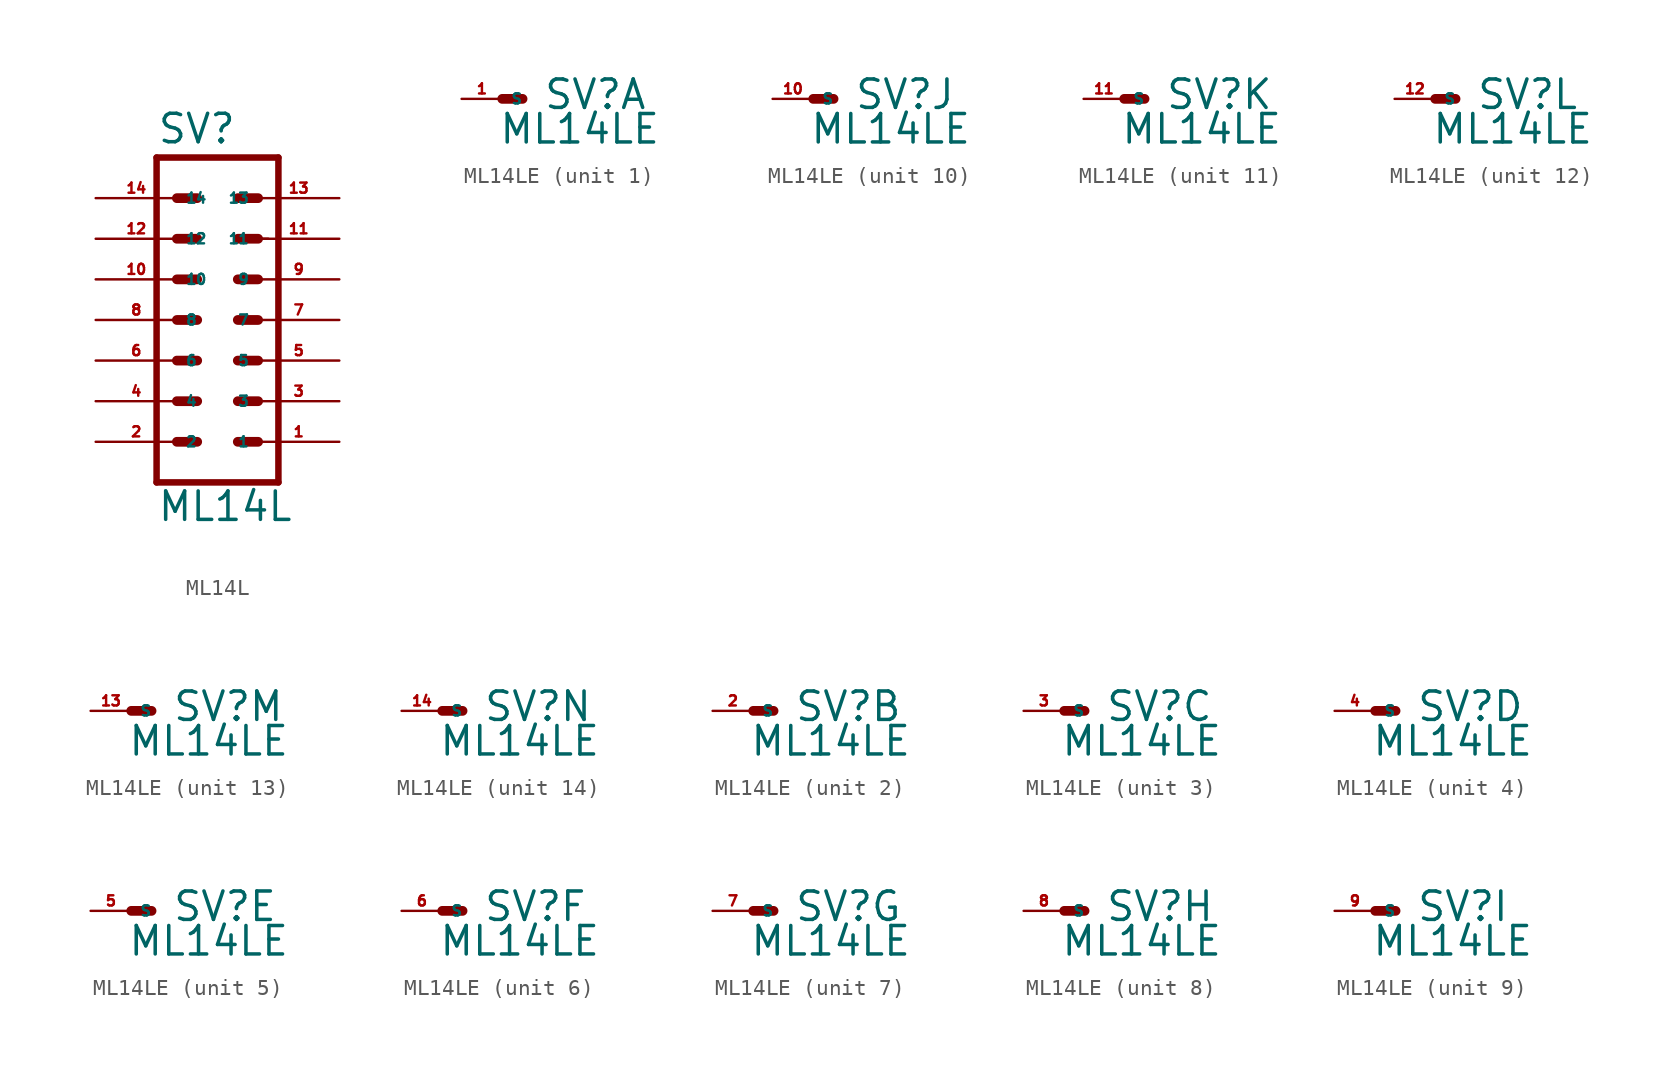
<source format=kicad_sym>
(kicad_symbol_lib
  (version 20220914)
  (generator Eagle2Kicad)
  (symbol "ML14L"
    (property "Reference" "SV"
      (at -3.81 10.922 0)
      (effects (font (size 1.778 1.778) (thickness 0.22)) (justify left bottom)))
    (property "Value" "ML14L"
      (at -3.81 -12.7 0)
      (effects (font (size 1.778 1.778) (thickness 0.22)) (justify left bottom)))
    (polyline
      (pts (xy 3.81 -10.16) (xy -3.81 -10.16))
      (stroke (width 0.406) (type default))
      (fill (type none)))
    (polyline
      (pts (xy -3.81 10.16) (xy -3.81 -10.16))
      (stroke (width 0.406) (type default))
      (fill (type none)))
    (polyline
      (pts (xy -3.81 10.16) (xy 3.81 10.16))
      (stroke (width 0.406) (type default))
      (fill (type none)))
    (polyline
      (pts (xy 3.81 -10.16) (xy 3.81 10.16))
      (stroke (width 0.406) (type default))
      (fill (type none)))
    (polyline
      (pts (xy 2.54 5.08) (xy 3.175 5.08))
      (stroke (width 0.152) (type default))
      (fill (type none)))
    (polyline
      (pts (xy 1.27 2.54) (xy 2.54 2.54))
      (stroke (width 0.61) (type default))
      (fill (type none)))
    (polyline
      (pts (xy 1.27 0) (xy 2.54 0))
      (stroke (width 0.61) (type default))
      (fill (type none)))
    (polyline
      (pts (xy 1.27 -2.54) (xy 2.54 -2.54))
      (stroke (width 0.61) (type default))
      (fill (type none)))
    (polyline
      (pts (xy 1.27 -5.08) (xy 2.54 -5.08))
      (stroke (width 0.61) (type default))
      (fill (type none)))
    (polyline
      (pts (xy 1.27 -7.62) (xy 2.54 -7.62))
      (stroke (width 0.61) (type default))
      (fill (type none)))
    (polyline
      (pts (xy -2.54 2.54) (xy -1.27 2.54))
      (stroke (width 0.61) (type default))
      (fill (type none)))
    (polyline
      (pts (xy -2.54 0) (xy -1.27 0))
      (stroke (width 0.61) (type default))
      (fill (type none)))
    (polyline
      (pts (xy -2.54 -2.54) (xy -1.27 -2.54))
      (stroke (width 0.61) (type default))
      (fill (type none)))
    (polyline
      (pts (xy -2.54 -5.08) (xy -1.27 -5.08))
      (stroke (width 0.61) (type default))
      (fill (type none)))
    (polyline
      (pts (xy -2.54 -7.62) (xy -1.27 -7.62))
      (stroke (width 0.61) (type default))
      (fill (type none)))
    (polyline
      (pts (xy 1.27 5.08) (xy 2.54 5.08))
      (stroke (width 0.61) (type default))
      (fill (type none)))
    (polyline
      (pts (xy 1.27 7.62) (xy 2.54 7.62))
      (stroke (width 0.61) (type default))
      (fill (type none)))
    (polyline
      (pts (xy -2.54 5.08) (xy -1.27 5.08))
      (stroke (width 0.61) (type default))
      (fill (type none)))
    (polyline
      (pts (xy -2.54 7.62) (xy -1.27 7.62))
      (stroke (width 0.61) (type default))
      (fill (type none)))
    (pin passive line
      (at 7.62 -7.62 180)
      (length 5.08)
      (name "1" (effects (font (size 0.635 0.635) (thickness 0.08)) (justify left bottom)))
      (number "1" (effects (font (size 0.635 0.635) (thickness 0.08)) (justify left bottom))))
    (pin passive line
      (at 7.62 -5.08 180)
      (length 5.08)
      (name "3" (effects (font (size 0.635 0.635) (thickness 0.08)) (justify left bottom)))
      (number "3" (effects (font (size 0.635 0.635) (thickness 0.08)) (justify left bottom))))
    (pin passive line
      (at 7.62 -2.54 180)
      (length 5.08)
      (name "5" (effects (font (size 0.635 0.635) (thickness 0.08)) (justify left bottom)))
      (number "5" (effects (font (size 0.635 0.635) (thickness 0.08)) (justify left bottom))))
    (pin passive line
      (at 7.62 0 180)
      (length 5.08)
      (name "7" (effects (font (size 0.635 0.635) (thickness 0.08)) (justify left bottom)))
      (number "7" (effects (font (size 0.635 0.635) (thickness 0.08)) (justify left bottom))))
    (pin passive line
      (at 7.62 2.54 180)
      (length 5.08)
      (name "9" (effects (font (size 0.635 0.635) (thickness 0.08)) (justify left bottom)))
      (number "9" (effects (font (size 0.635 0.635) (thickness 0.08)) (justify left bottom))))
    (pin passive line
      (at 7.62 5.08 180)
      (length 5.08)
      (name "11" (effects (font (size 0.635 0.635) (thickness 0.08)) (justify left bottom)))
      (number "11" (effects (font (size 0.635 0.635) (thickness 0.08)) (justify left bottom))))
    (pin passive line
      (at 7.62 7.62 180)
      (length 5.08)
      (name "13" (effects (font (size 0.635 0.635) (thickness 0.08)) (justify left bottom)))
      (number "13" (effects (font (size 0.635 0.635) (thickness 0.08)) (justify left bottom))))
    (pin passive line
      (at -7.62 -7.62 0)
      (length 5.08)
      (name "2" (effects (font (size 0.635 0.635) (thickness 0.08)) (justify left bottom)))
      (number "2" (effects (font (size 0.635 0.635) (thickness 0.08)) (justify left bottom))))
    (pin passive line
      (at -7.62 -5.08 0)
      (length 5.08)
      (name "4" (effects (font (size 0.635 0.635) (thickness 0.08)) (justify left bottom)))
      (number "4" (effects (font (size 0.635 0.635) (thickness 0.08)) (justify left bottom))))
    (pin passive line
      (at -7.62 -2.54 0)
      (length 5.08)
      (name "6" (effects (font (size 0.635 0.635) (thickness 0.08)) (justify left bottom)))
      (number "6" (effects (font (size 0.635 0.635) (thickness 0.08)) (justify left bottom))))
    (pin passive line
      (at -7.62 5.08 0)
      (length 5.08)
      (name "12" (effects (font (size 0.635 0.635) (thickness 0.08)) (justify left bottom)))
      (number "12" (effects (font (size 0.635 0.635) (thickness 0.08)) (justify left bottom))))
    (pin passive line
      (at -7.62 7.62 0)
      (length 5.08)
      (name "14" (effects (font (size 0.635 0.635) (thickness 0.08)) (justify left bottom)))
      (number "14" (effects (font (size 0.635 0.635) (thickness 0.08)) (justify left bottom))))
    (pin passive line
      (at -7.62 0 0)
      (length 5.08)
      (name "8" (effects (font (size 0.635 0.635) (thickness 0.08)) (justify left bottom)))
      (number "8" (effects (font (size 0.635 0.635) (thickness 0.08)) (justify left bottom))))
    (pin passive line
      (at -7.62 2.54 0)
      (length 5.08)
      (name "10" (effects (font (size 0.635 0.635) (thickness 0.08)) (justify left bottom)))
      (number "10" (effects (font (size 0.635 0.635) (thickness 0.08)) (justify left bottom)))))
  (symbol "ML14LE"
    (property "Reference" "SV"
      (at 2.54 -0.762 0)
      (effects (font (size 1.778 1.778) (thickness 0.22)) (justify left bottom)))
    (property "Value" "ML14LE"
      (at -0.254 -2.921 0)
      (effects (font (size 1.778 1.778) (thickness 0.22)) (justify left bottom)))
    (symbol "ML14LE_1_0"
      (polyline (pts (xy 1.27 0) (xy 0 0)) (stroke (width 0.61) (type default)) (fill (type none)))
      (pin passive line (at -2.54 0 0) (length 2.54) (name "S" (effects (font (size 0.635 0.635) (thickness 0.08)) (justify left bottom))) (number "1" (effects (font (size 0.635 0.635) (thickness 0.08)) (justify left bottom)))))
    (symbol "ML14LE_2_0"
      (polyline (pts (xy 1.27 0) (xy 0 0)) (stroke (width 0.61) (type default)) (fill (type none)))
      (pin passive line (at -2.54 0 0) (length 2.54) (name "S" (effects (font (size 0.635 0.635) (thickness 0.08)) (justify left bottom))) (number "2" (effects (font (size 0.635 0.635) (thickness 0.08)) (justify left bottom)))))
    (symbol "ML14LE_3_0"
      (polyline (pts (xy 1.27 0) (xy 0 0)) (stroke (width 0.61) (type default)) (fill (type none)))
      (pin passive line (at -2.54 0 0) (length 2.54) (name "S" (effects (font (size 0.635 0.635) (thickness 0.08)) (justify left bottom))) (number "3" (effects (font (size 0.635 0.635) (thickness 0.08)) (justify left bottom)))))
    (symbol "ML14LE_4_0"
      (polyline (pts (xy 1.27 0) (xy 0 0)) (stroke (width 0.61) (type default)) (fill (type none)))
      (pin passive line (at -2.54 0 0) (length 2.54) (name "S" (effects (font (size 0.635 0.635) (thickness 0.08)) (justify left bottom))) (number "4" (effects (font (size 0.635 0.635) (thickness 0.08)) (justify left bottom)))))
    (symbol "ML14LE_5_0"
      (polyline (pts (xy 1.27 0) (xy 0 0)) (stroke (width 0.61) (type default)) (fill (type none)))
      (pin passive line (at -2.54 0 0) (length 2.54) (name "S" (effects (font (size 0.635 0.635) (thickness 0.08)) (justify left bottom))) (number "5" (effects (font (size 0.635 0.635) (thickness 0.08)) (justify left bottom)))))
    (symbol "ML14LE_6_0"
      (polyline (pts (xy 1.27 0) (xy 0 0)) (stroke (width 0.61) (type default)) (fill (type none)))
      (pin passive line (at -2.54 0 0) (length 2.54) (name "S" (effects (font (size 0.635 0.635) (thickness 0.08)) (justify left bottom))) (number "6" (effects (font (size 0.635 0.635) (thickness 0.08)) (justify left bottom)))))
    (symbol "ML14LE_7_0"
      (polyline (pts (xy 1.27 0) (xy 0 0)) (stroke (width 0.61) (type default)) (fill (type none)))
      (pin passive line (at -2.54 0 0) (length 2.54) (name "S" (effects (font (size 0.635 0.635) (thickness 0.08)) (justify left bottom))) (number "7" (effects (font (size 0.635 0.635) (thickness 0.08)) (justify left bottom)))))
    (symbol "ML14LE_8_0"
      (polyline (pts (xy 1.27 0) (xy 0 0)) (stroke (width 0.61) (type default)) (fill (type none)))
      (pin passive line (at -2.54 0 0) (length 2.54) (name "S" (effects (font (size 0.635 0.635) (thickness 0.08)) (justify left bottom))) (number "8" (effects (font (size 0.635 0.635) (thickness 0.08)) (justify left bottom)))))
    (symbol "ML14LE_9_0"
      (polyline (pts (xy 1.27 0) (xy 0 0)) (stroke (width 0.61) (type default)) (fill (type none)))
      (pin passive line (at -2.54 0 0) (length 2.54) (name "S" (effects (font (size 0.635 0.635) (thickness 0.08)) (justify left bottom))) (number "9" (effects (font (size 0.635 0.635) (thickness 0.08)) (justify left bottom)))))
    (symbol "ML14LE_10_0"
      (polyline (pts (xy 1.27 0) (xy 0 0)) (stroke (width 0.61) (type default)) (fill (type none)))
      (pin passive line (at -2.54 0 0) (length 2.54) (name "S" (effects (font (size 0.635 0.635) (thickness 0.08)) (justify left bottom))) (number "10" (effects (font (size 0.635 0.635) (thickness 0.08)) (justify left bottom)))))
    (symbol "ML14LE_11_0"
      (polyline (pts (xy 1.27 0) (xy 0 0)) (stroke (width 0.61) (type default)) (fill (type none)))
      (pin passive line (at -2.54 0 0) (length 2.54) (name "S" (effects (font (size 0.635 0.635) (thickness 0.08)) (justify left bottom))) (number "11" (effects (font (size 0.635 0.635) (thickness 0.08)) (justify left bottom)))))
    (symbol "ML14LE_12_0"
      (polyline (pts (xy 1.27 0) (xy 0 0)) (stroke (width 0.61) (type default)) (fill (type none)))
      (pin passive line (at -2.54 0 0) (length 2.54) (name "S" (effects (font (size 0.635 0.635) (thickness 0.08)) (justify left bottom))) (number "12" (effects (font (size 0.635 0.635) (thickness 0.08)) (justify left bottom)))))
    (symbol "ML14LE_13_0"
      (polyline (pts (xy 1.27 0) (xy 0 0)) (stroke (width 0.61) (type default)) (fill (type none)))
      (pin passive line (at -2.54 0 0) (length 2.54) (name "S" (effects (font (size 0.635 0.635) (thickness 0.08)) (justify left bottom))) (number "13" (effects (font (size 0.635 0.635) (thickness 0.08)) (justify left bottom)))))
    (symbol "ML14LE_14_0"
      (polyline (pts (xy 1.27 0) (xy 0 0)) (stroke (width 0.61) (type default)) (fill (type none)))
      (pin passive line (at -2.54 0 0) (length 2.54) (name "S" (effects (font (size 0.635 0.635) (thickness 0.08)) (justify left bottom))) (number "14" (effects (font (size 0.635 0.635) (thickness 0.08)) (justify left bottom)))))))
</source>
